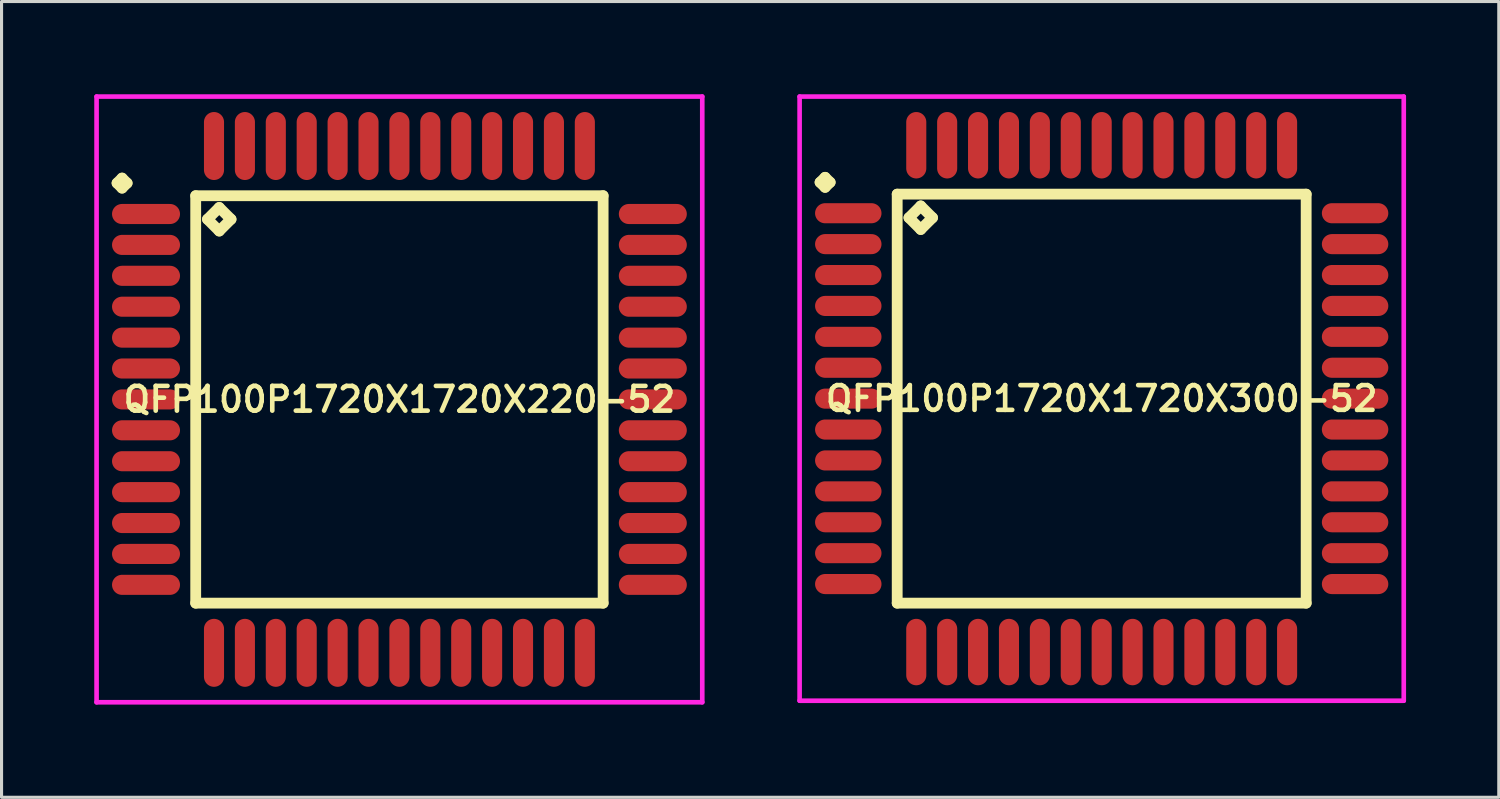
<source format=kicad_pcb>
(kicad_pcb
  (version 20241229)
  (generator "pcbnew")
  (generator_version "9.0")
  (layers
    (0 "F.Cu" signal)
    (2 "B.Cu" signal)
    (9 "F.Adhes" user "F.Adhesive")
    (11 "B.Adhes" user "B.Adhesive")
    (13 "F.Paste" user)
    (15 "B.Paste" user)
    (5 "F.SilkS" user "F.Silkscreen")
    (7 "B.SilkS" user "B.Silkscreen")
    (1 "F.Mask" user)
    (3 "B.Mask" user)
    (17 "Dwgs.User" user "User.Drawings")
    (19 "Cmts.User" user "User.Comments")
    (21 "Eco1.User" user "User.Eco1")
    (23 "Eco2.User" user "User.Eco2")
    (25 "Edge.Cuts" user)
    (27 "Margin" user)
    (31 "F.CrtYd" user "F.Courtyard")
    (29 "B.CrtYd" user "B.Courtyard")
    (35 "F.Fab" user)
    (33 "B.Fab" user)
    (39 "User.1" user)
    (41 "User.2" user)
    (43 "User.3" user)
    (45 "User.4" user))
  (footprint "QFP100P1720X1720X300-52"
    (layer "F.Cu")
    (at 32.6 9.85)
    (property "Reference" "QFP100P1720X1720X300-52" (at 0 0 0) (layer "F.SilkS") (effects (font (size 0.8 0.8) (thickness 0.15))))
    (attr smd)
    (fp_line (start -9.113 -7) (end -8.95 -7.162) (stroke (width 0.35) (type solid)) (layer "F.SilkS"))
    (fp_line (start -8.95 -7.162) (end -8.787 -7) (stroke (width 0.35) (type solid)) (layer "F.SilkS"))
    (fp_line (start -8.95 -6.838) (end -9.113 -7) (stroke (width 0.35) (type solid)) (layer "F.SilkS"))
    (fp_line (start -8.787 -7) (end -8.95 -6.838) (stroke (width 0.35) (type solid)) (layer "F.SilkS"))
    (fp_line (start -6.617 -6.617) (end -6.617 6.617) (stroke (width 0.35) (type solid)) (layer "F.SilkS"))
    (fp_line (start -6.617 6.617) (end 6.617 6.617) (stroke (width 0.35) (type solid)) (layer "F.SilkS"))
    (fp_line (start -6.236 -5.855) (end -5.855 -6.236) (stroke (width 0.35) (type solid)) (layer "F.SilkS"))
    (fp_line (start -5.855 -6.236) (end -5.474 -5.855) (stroke (width 0.35) (type solid)) (layer "F.SilkS"))
    (fp_line (start -5.855 -5.474) (end -6.236 -5.855) (stroke (width 0.35) (type solid)) (layer "F.SilkS"))
    (fp_line (start -5.474 -5.855) (end -5.855 -5.474) (stroke (width 0.35) (type solid)) (layer "F.SilkS"))
    (fp_line (start 6.617 -6.617) (end -6.617 -6.617) (stroke (width 0.35) (type solid)) (layer "F.SilkS"))
    (fp_line (start 6.617 6.617) (end 6.617 -6.617) (stroke (width 0.35) (type solid)) (layer "F.SilkS"))
    (fp_line (start -9.775 -9.775) (end 9.775 -9.775) (stroke (width 0.15) (type solid)) (layer "F.CrtYd"))
    (fp_line (start -9.775 9.775) (end -9.775 -9.775) (stroke (width 0.15) (type solid)) (layer "F.CrtYd"))
    (fp_line (start 9.775 -9.775) (end 9.775 9.775) (stroke (width 0.15) (type solid)) (layer "F.CrtYd"))
    (fp_line (start 9.775 9.775) (end -9.775 9.775) (stroke (width 0.15) (type solid)) (layer "F.CrtYd"))
    (pad "1" smd oval (at -8.2 -6) (size 2.15 0.65) (layers "F.Cu" "F.Mask" "F.Paste"))
    (pad "2" smd oval (at -8.2 -5) (size 2.15 0.65) (layers "F.Cu" "F.Mask" "F.Paste"))
    (pad "3" smd oval (at -8.2 -4) (size 2.15 0.65) (layers "F.Cu" "F.Mask" "F.Paste"))
    (pad "4" smd oval (at -8.2 -3) (size 2.15 0.65) (layers "F.Cu" "F.Mask" "F.Paste"))
    (pad "5" smd oval (at -8.2 -2) (size 2.15 0.65) (layers "F.Cu" "F.Mask" "F.Paste"))
    (pad "6" smd oval (at -8.2 -1) (size 2.15 0.65) (layers "F.Cu" "F.Mask" "F.Paste"))
    (pad "7" smd oval (at -8.2 0) (size 2.15 0.65) (layers "F.Cu" "F.Mask" "F.Paste"))
    (pad "8" smd oval (at -8.2 1) (size 2.15 0.65) (layers "F.Cu" "F.Mask" "F.Paste"))
    (pad "9" smd oval (at -8.2 2) (size 2.15 0.65) (layers "F.Cu" "F.Mask" "F.Paste"))
    (pad "10" smd oval (at -8.2 3) (size 2.15 0.65) (layers "F.Cu" "F.Mask" "F.Paste"))
    (pad "11" smd oval (at -8.2 4) (size 2.15 0.65) (layers "F.Cu" "F.Mask" "F.Paste"))
    (pad "12" smd oval (at -8.2 5) (size 2.15 0.65) (layers "F.Cu" "F.Mask" "F.Paste"))
    (pad "13" smd oval (at -8.2 6) (size 2.15 0.65) (layers "F.Cu" "F.Mask" "F.Paste"))
    (pad "14" smd oval (at -6 8.2) (size 0.65 2.15) (layers "F.Cu" "F.Mask" "F.Paste"))
    (pad "15" smd oval (at -5 8.2) (size 0.65 2.15) (layers "F.Cu" "F.Mask" "F.Paste"))
    (pad "16" smd oval (at -4 8.2) (size 0.65 2.15) (layers "F.Cu" "F.Mask" "F.Paste"))
    (pad "17" smd oval (at -3 8.2) (size 0.65 2.15) (layers "F.Cu" "F.Mask" "F.Paste"))
    (pad "18" smd oval (at -2 8.2) (size 0.65 2.15) (layers "F.Cu" "F.Mask" "F.Paste"))
    (pad "19" smd oval (at -1 8.2) (size 0.65 2.15) (layers "F.Cu" "F.Mask" "F.Paste"))
    (pad "20" smd oval (at 0 8.2) (size 0.65 2.15) (layers "F.Cu" "F.Mask" "F.Paste"))
    (pad "21" smd oval (at 1 8.2) (size 0.65 2.15) (layers "F.Cu" "F.Mask" "F.Paste"))
    (pad "22" smd oval (at 2 8.2) (size 0.65 2.15) (layers "F.Cu" "F.Mask" "F.Paste"))
    (pad "23" smd oval (at 3 8.2) (size 0.65 2.15) (layers "F.Cu" "F.Mask" "F.Paste"))
    (pad "24" smd oval (at 4 8.2) (size 0.65 2.15) (layers "F.Cu" "F.Mask" "F.Paste"))
    (pad "25" smd oval (at 5 8.2) (size 0.65 2.15) (layers "F.Cu" "F.Mask" "F.Paste"))
    (pad "26" smd oval (at 6 8.2) (size 0.65 2.15) (layers "F.Cu" "F.Mask" "F.Paste"))
    (pad "27" smd oval (at 8.2 6) (size 2.15 0.65) (layers "F.Cu" "F.Mask" "F.Paste"))
    (pad "28" smd oval (at 8.2 5) (size 2.15 0.65) (layers "F.Cu" "F.Mask" "F.Paste"))
    (pad "29" smd oval (at 8.2 4) (size 2.15 0.65) (layers "F.Cu" "F.Mask" "F.Paste"))
    (pad "30" smd oval (at 8.2 3) (size 2.15 0.65) (layers "F.Cu" "F.Mask" "F.Paste"))
    (pad "31" smd oval (at 8.2 2) (size 2.15 0.65) (layers "F.Cu" "F.Mask" "F.Paste"))
    (pad "32" smd oval (at 8.2 1) (size 2.15 0.65) (layers "F.Cu" "F.Mask" "F.Paste"))
    (pad "33" smd oval (at 8.2 0) (size 2.15 0.65) (layers "F.Cu" "F.Mask" "F.Paste"))
    (pad "34" smd oval (at 8.2 -1) (size 2.15 0.65) (layers "F.Cu" "F.Mask" "F.Paste"))
    (pad "35" smd oval (at 8.2 -2) (size 2.15 0.65) (layers "F.Cu" "F.Mask" "F.Paste"))
    (pad "36" smd oval (at 8.2 -3) (size 2.15 0.65) (layers "F.Cu" "F.Mask" "F.Paste"))
    (pad "37" smd oval (at 8.2 -4) (size 2.15 0.65) (layers "F.Cu" "F.Mask" "F.Paste"))
    (pad "38" smd oval (at 8.2 -5) (size 2.15 0.65) (layers "F.Cu" "F.Mask" "F.Paste"))
    (pad "39" smd oval (at 8.2 -6) (size 2.15 0.65) (layers "F.Cu" "F.Mask" "F.Paste"))
    (pad "40" smd oval (at 6 -8.2) (size 0.65 2.15) (layers "F.Cu" "F.Mask" "F.Paste"))
    (pad "41" smd oval (at 5 -8.2) (size 0.65 2.15) (layers "F.Cu" "F.Mask" "F.Paste"))
    (pad "42" smd oval (at 4 -8.2) (size 0.65 2.15) (layers "F.Cu" "F.Mask" "F.Paste"))
    (pad "43" smd oval (at 3 -8.2) (size 0.65 2.15) (layers "F.Cu" "F.Mask" "F.Paste"))
    (pad "44" smd oval (at 2 -8.2) (size 0.65 2.15) (layers "F.Cu" "F.Mask" "F.Paste"))
    (pad "45" smd oval (at 1 -8.2) (size 0.65 2.15) (layers "F.Cu" "F.Mask" "F.Paste"))
    (pad "46" smd oval (at 0 -8.2) (size 0.65 2.15) (layers "F.Cu" "F.Mask" "F.Paste"))
    (pad "47" smd oval (at -1 -8.2) (size 0.65 2.15) (layers "F.Cu" "F.Mask" "F.Paste"))
    (pad "48" smd oval (at -2 -8.2) (size 0.65 2.15) (layers "F.Cu" "F.Mask" "F.Paste"))
    (pad "49" smd oval (at -3 -8.2) (size 0.65 2.15) (layers "F.Cu" "F.Mask" "F.Paste"))
    (pad "50" smd oval (at -4 -8.2) (size 0.65 2.15) (layers "F.Cu" "F.Mask" "F.Paste"))
    (pad "51" smd oval (at -5 -8.2) (size 0.65 2.15) (layers "F.Cu" "F.Mask" "F.Paste"))
    (pad "52" smd oval (at -6 -8.2) (size 0.65 2.15) (layers "F.Cu" "F.Mask" "F.Paste")))
  (footprint "QFP100P1720X1720X220-52"
    (layer "F.Cu")
    (at 9.875 9.875)
    (property "Reference" "QFP100P1720X1720X220-52" (at 0 0 0) (layer "F.SilkS") (effects (font (size 0.8 0.8) (thickness 0.15))))
    (attr through_hole)
    (fp_line (start -9.137 -7) (end -8.975 -7.162) (stroke (width 0.35) (type solid)) (layer "F.SilkS"))
    (fp_line (start -8.975 -7.162) (end -8.812 -7) (stroke (width 0.35) (type solid)) (layer "F.SilkS"))
    (fp_line (start -8.975 -6.838) (end -9.137 -7) (stroke (width 0.35) (type solid)) (layer "F.SilkS"))
    (fp_line (start -8.812 -7) (end -8.975 -6.838) (stroke (width 0.35) (type solid)) (layer "F.SilkS"))
    (fp_line (start -6.592 -6.592) (end -6.592 6.592) (stroke (width 0.35) (type solid)) (layer "F.SilkS"))
    (fp_line (start -6.592 6.592) (end 6.592 6.592) (stroke (width 0.35) (type solid)) (layer "F.SilkS"))
    (fp_line (start -6.211 -5.83) (end -5.83 -6.211) (stroke (width 0.35) (type solid)) (layer "F.SilkS"))
    (fp_line (start -5.83 -6.211) (end -5.449 -5.83) (stroke (width 0.35) (type solid)) (layer "F.SilkS"))
    (fp_line (start -5.83 -5.449) (end -6.211 -5.83) (stroke (width 0.35) (type solid)) (layer "F.SilkS"))
    (fp_line (start -5.449 -5.83) (end -5.83 -5.449) (stroke (width 0.35) (type solid)) (layer "F.SilkS"))
    (fp_line (start 6.592 -6.592) (end -6.592 -6.592) (stroke (width 0.35) (type solid)) (layer "F.SilkS"))
    (fp_line (start 6.592 6.592) (end 6.592 -6.592) (stroke (width 0.35) (type solid)) (layer "F.SilkS"))
    (fp_line (start -9.8 -9.8) (end 9.8 -9.8) (stroke (width 0.15) (type solid)) (layer "F.CrtYd"))
    (fp_line (start -9.8 9.8) (end -9.8 -9.8) (stroke (width 0.15) (type solid)) (layer "F.CrtYd"))
    (fp_line (start 9.8 -9.8) (end 9.8 9.8) (stroke (width 0.15) (type solid)) (layer "F.CrtYd"))
    (fp_line (start 9.8 9.8) (end -9.8 9.8) (stroke (width 0.15) (type solid)) (layer "F.CrtYd"))
    (pad "1" smd oval (at -8.2 -6) (size 2.2 0.65) (layers "F.Cu" "F.Mask" "F.Paste"))
    (pad "2" smd oval (at -8.2 -5) (size 2.2 0.65) (layers "F.Cu" "F.Mask" "F.Paste"))
    (pad "3" smd oval (at -8.2 -4) (size 2.2 0.65) (layers "F.Cu" "F.Mask" "F.Paste"))
    (pad "4" smd oval (at -8.2 -3) (size 2.2 0.65) (layers "F.Cu" "F.Mask" "F.Paste"))
    (pad "5" smd oval (at -8.2 -2) (size 2.2 0.65) (layers "F.Cu" "F.Mask" "F.Paste"))
    (pad "6" smd oval (at -8.2 -1) (size 2.2 0.65) (layers "F.Cu" "F.Mask" "F.Paste"))
    (pad "7" smd oval (at -8.2 0) (size 2.2 0.65) (layers "F.Cu" "F.Mask" "F.Paste"))
    (pad "8" smd oval (at -8.2 1) (size 2.2 0.65) (layers "F.Cu" "F.Mask" "F.Paste"))
    (pad "9" smd oval (at -8.2 2) (size 2.2 0.65) (layers "F.Cu" "F.Mask" "F.Paste"))
    (pad "10" smd oval (at -8.2 3) (size 2.2 0.65) (layers "F.Cu" "F.Mask" "F.Paste"))
    (pad "11" smd oval (at -8.2 4) (size 2.2 0.65) (layers "F.Cu" "F.Mask" "F.Paste"))
    (pad "12" smd oval (at -8.2 5) (size 2.2 0.65) (layers "F.Cu" "F.Mask" "F.Paste"))
    (pad "13" smd oval (at -8.2 6) (size 2.2 0.65) (layers "F.Cu" "F.Mask" "F.Paste"))
    (pad "14" smd oval (at -6 8.2) (size 0.65 2.2) (layers "F.Cu" "F.Mask" "F.Paste"))
    (pad "15" smd oval (at -5 8.2) (size 0.65 2.2) (layers "F.Cu" "F.Mask" "F.Paste"))
    (pad "16" smd oval (at -4 8.2) (size 0.65 2.2) (layers "F.Cu" "F.Mask" "F.Paste"))
    (pad "17" smd oval (at -3 8.2) (size 0.65 2.2) (layers "F.Cu" "F.Mask" "F.Paste"))
    (pad "18" smd oval (at -2 8.2) (size 0.65 2.2) (layers "F.Cu" "F.Mask" "F.Paste"))
    (pad "19" smd oval (at -1 8.2) (size 0.65 2.2) (layers "F.Cu" "F.Mask" "F.Paste"))
    (pad "20" smd oval (at 0 8.2) (size 0.65 2.2) (layers "F.Cu" "F.Mask" "F.Paste"))
    (pad "21" smd oval (at 1 8.2) (size 0.65 2.2) (layers "F.Cu" "F.Mask" "F.Paste"))
    (pad "22" smd oval (at 2 8.2) (size 0.65 2.2) (layers "F.Cu" "F.Mask" "F.Paste"))
    (pad "23" smd oval (at 3 8.2) (size 0.65 2.2) (layers "F.Cu" "F.Mask" "F.Paste"))
    (pad "24" smd oval (at 4 8.2) (size 0.65 2.2) (layers "F.Cu" "F.Mask" "F.Paste"))
    (pad "25" smd oval (at 5 8.2) (size 0.65 2.2) (layers "F.Cu" "F.Mask" "F.Paste"))
    (pad "26" smd oval (at 6 8.2) (size 0.65 2.2) (layers "F.Cu" "F.Mask" "F.Paste"))
    (pad "27" smd oval (at 8.2 6) (size 2.2 0.65) (layers "F.Cu" "F.Mask" "F.Paste"))
    (pad "28" smd oval (at 8.2 5) (size 2.2 0.65) (layers "F.Cu" "F.Mask" "F.Paste"))
    (pad "29" smd oval (at 8.2 4) (size 2.2 0.65) (layers "F.Cu" "F.Mask" "F.Paste"))
    (pad "30" smd oval (at 8.2 3) (size 2.2 0.65) (layers "F.Cu" "F.Mask" "F.Paste"))
    (pad "31" smd oval (at 8.2 2) (size 2.2 0.65) (layers "F.Cu" "F.Mask" "F.Paste"))
    (pad "32" smd oval (at 8.2 1) (size 2.2 0.65) (layers "F.Cu" "F.Mask" "F.Paste"))
    (pad "33" smd oval (at 8.2 0) (size 2.2 0.65) (layers "F.Cu" "F.Mask" "F.Paste"))
    (pad "34" smd oval (at 8.2 -1) (size 2.2 0.65) (layers "F.Cu" "F.Mask" "F.Paste"))
    (pad "35" smd oval (at 8.2 -2) (size 2.2 0.65) (layers "F.Cu" "F.Mask" "F.Paste"))
    (pad "36" smd oval (at 8.2 -3) (size 2.2 0.65) (layers "F.Cu" "F.Mask" "F.Paste"))
    (pad "37" smd oval (at 8.2 -4) (size 2.2 0.65) (layers "F.Cu" "F.Mask" "F.Paste"))
    (pad "38" smd oval (at 8.2 -5) (size 2.2 0.65) (layers "F.Cu" "F.Mask" "F.Paste"))
    (pad "39" smd oval (at 8.2 -6) (size 2.2 0.65) (layers "F.Cu" "F.Mask" "F.Paste"))
    (pad "40" smd oval (at 6 -8.2) (size 0.65 2.2) (layers "F.Cu" "F.Mask" "F.Paste"))
    (pad "41" smd oval (at 5 -8.2) (size 0.65 2.2) (layers "F.Cu" "F.Mask" "F.Paste"))
    (pad "42" smd oval (at 4 -8.2) (size 0.65 2.2) (layers "F.Cu" "F.Mask" "F.Paste"))
    (pad "43" smd oval (at 3 -8.2) (size 0.65 2.2) (layers "F.Cu" "F.Mask" "F.Paste"))
    (pad "44" smd oval (at 2 -8.2) (size 0.65 2.2) (layers "F.Cu" "F.Mask" "F.Paste"))
    (pad "45" smd oval (at 1 -8.2) (size 0.65 2.2) (layers "F.Cu" "F.Mask" "F.Paste"))
    (pad "46" smd oval (at 0 -8.2) (size 0.65 2.2) (layers "F.Cu" "F.Mask" "F.Paste"))
    (pad "47" smd oval (at -1 -8.2) (size 0.65 2.2) (layers "F.Cu" "F.Mask" "F.Paste"))
    (pad "48" smd oval (at -2 -8.2) (size 0.65 2.2) (layers "F.Cu" "F.Mask" "F.Paste"))
    (pad "49" smd oval (at -3 -8.2) (size 0.65 2.2) (layers "F.Cu" "F.Mask" "F.Paste"))
    (pad "50" smd oval (at -4 -8.2) (size 0.65 2.2) (layers "F.Cu" "F.Mask" "F.Paste"))
    (pad "51" smd oval (at -5 -8.2) (size 0.65 2.2) (layers "F.Cu" "F.Mask" "F.Paste"))
    (pad "52" smd oval (at -6 -8.2) (size 0.65 2.2) (layers "F.Cu" "F.Mask" "F.Paste")))
  (gr_rect
    (start -3 -3)
    (end 45.45 22.75)
    (stroke (width 0.1) (type default))
    (fill no)
    (layer "Edge.Cuts")))
</source>
